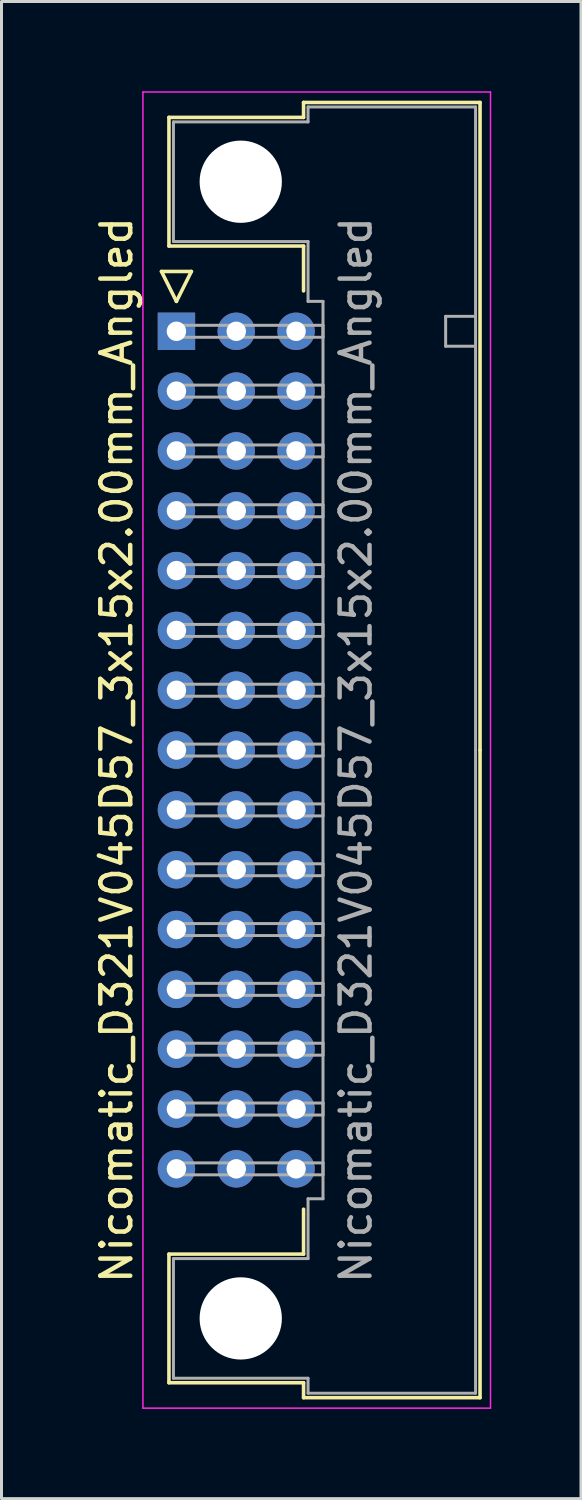
<source format=kicad_pcb>
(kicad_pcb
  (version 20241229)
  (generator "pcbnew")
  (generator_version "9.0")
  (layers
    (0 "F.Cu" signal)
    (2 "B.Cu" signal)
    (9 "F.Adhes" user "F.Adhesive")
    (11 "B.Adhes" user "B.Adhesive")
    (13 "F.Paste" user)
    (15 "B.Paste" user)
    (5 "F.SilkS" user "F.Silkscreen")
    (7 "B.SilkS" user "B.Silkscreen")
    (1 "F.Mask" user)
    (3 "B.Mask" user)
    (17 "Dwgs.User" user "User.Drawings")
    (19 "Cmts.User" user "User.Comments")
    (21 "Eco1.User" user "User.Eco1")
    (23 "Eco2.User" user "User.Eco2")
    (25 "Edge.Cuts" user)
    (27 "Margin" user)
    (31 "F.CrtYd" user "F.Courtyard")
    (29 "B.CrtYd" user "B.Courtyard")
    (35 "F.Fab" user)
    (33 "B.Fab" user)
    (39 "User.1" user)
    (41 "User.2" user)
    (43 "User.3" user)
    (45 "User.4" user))
  (footprint "Nicomatic_D321V045D57_3x15x2.00mm_Angled"
    (layer "F.Cu")
    (at 2.848 8.025)
    (property "Reference" "Nicomatic_D321V045D57_3x15x2.00mm_Angled" (at -2 14 90) (layer "F.SilkS") (effects (font (size 1 1) (thickness 0.15))))
    (attr through_hole)
    (fp_line (start -0.5 -2) (end 0 -1) (stroke (width 0.12) (type solid)) (layer "F.SilkS"))
    (fp_line (start -0.25 -7.15) (end -0.25 -2.85) (stroke (width 0.12) (type solid)) (layer "F.SilkS"))
    (fp_line (start -0.25 -2.85) (end 4.25 -2.85) (stroke (width 0.12) (type solid)) (layer "F.SilkS"))
    (fp_line (start -0.25 30.85) (end 4.25 30.85) (stroke (width 0.12) (type solid)) (layer "F.SilkS"))
    (fp_line (start -0.25 35.15) (end -0.25 30.85) (stroke (width 0.12) (type solid)) (layer "F.SilkS"))
    (fp_line (start 0 -1) (end 0.5 -2) (stroke (width 0.12) (type solid)) (layer "F.SilkS"))
    (fp_line (start 0.5 -2) (end -0.5 -2) (stroke (width 0.12) (type solid)) (layer "F.SilkS"))
    (fp_line (start 4.25 -7.65) (end 4.25 -7.15) (stroke (width 0.12) (type solid)) (layer "F.SilkS"))
    (fp_line (start 4.25 -7.15) (end -0.25 -7.15) (stroke (width 0.12) (type solid)) (layer "F.SilkS"))
    (fp_line (start 4.25 -2.85) (end 4.25 -1.35) (stroke (width 0.12) (type solid)) (layer "F.SilkS"))
    (fp_line (start 4.25 30.85) (end 4.25 29.35) (stroke (width 0.12) (type solid)) (layer "F.SilkS"))
    (fp_line (start 4.25 35.15) (end -0.25 35.15) (stroke (width 0.12) (type solid)) (layer "F.SilkS"))
    (fp_line (start 4.25 35.65) (end 4.25 35.15) (stroke (width 0.12) (type solid)) (layer "F.SilkS"))
    (fp_line (start 10.15 -7.65) (end 4.25 -7.65) (stroke (width 0.12) (type solid)) (layer "F.SilkS"))
    (fp_line (start 10.15 14) (end 10.15 -7.65) (stroke (width 0.12) (type solid)) (layer "F.SilkS"))
    (fp_line (start 10.15 14) (end 10.15 35.65) (stroke (width 0.12) (type solid)) (layer "F.SilkS"))
    (fp_line (start 10.15 35.65) (end 4.25 35.65) (stroke (width 0.12) (type solid)) (layer "F.SilkS"))
    (fp_line (start -1.12 -8) (end -1.12 36) (stroke (width 0.05) (type solid)) (layer "F.CrtYd"))
    (fp_line (start -1.12 36) (end 10.5 36) (stroke (width 0.05) (type solid)) (layer "F.CrtYd"))
    (fp_line (start 10.5 -8) (end -1.12 -8) (stroke (width 0.05) (type solid)) (layer "F.CrtYd"))
    (fp_line (start 10.5 36) (end 10.5 -8) (stroke (width 0.05) (type solid)) (layer "F.CrtYd"))
    (fp_line (start -0.1 -7) (end -0.1 -3) (stroke (width 0.1) (type solid)) (layer "F.Fab"))
    (fp_line (start -0.1 -3) (end 4.4 -3) (stroke (width 0.1) (type solid)) (layer "F.Fab"))
    (fp_line (start -0.1 31) (end 4.4 31) (stroke (width 0.1) (type solid)) (layer "F.Fab"))
    (fp_line (start -0.1 35) (end -0.1 31) (stroke (width 0.1) (type solid)) (layer "F.Fab"))
    (fp_line (start 0 -0.2) (end 0 0.2) (stroke (width 0.1) (type solid)) (layer "F.Fab"))
    (fp_line (start 0 0.2) (end 4.9 0.2) (stroke (width 0.1) (type solid)) (layer "F.Fab"))
    (fp_line (start 0 1.8) (end 0 2.2) (stroke (width 0.1) (type solid)) (layer "F.Fab"))
    (fp_line (start 0 2.2) (end 4.9 2.2) (stroke (width 0.1) (type solid)) (layer "F.Fab"))
    (fp_line (start 0 3.8) (end 0 4.2) (stroke (width 0.1) (type solid)) (layer "F.Fab"))
    (fp_line (start 0 4.2) (end 4.9 4.2) (stroke (width 0.1) (type solid)) (layer "F.Fab"))
    (fp_line (start 0 5.8) (end 0 6.2) (stroke (width 0.1) (type solid)) (layer "F.Fab"))
    (fp_line (start 0 6.2) (end 4.9 6.2) (stroke (width 0.1) (type solid)) (layer "F.Fab"))
    (fp_line (start 0 7.8) (end 0 8.2) (stroke (width 0.1) (type solid)) (layer "F.Fab"))
    (fp_line (start 0 8.2) (end 4.9 8.2) (stroke (width 0.1) (type solid)) (layer "F.Fab"))
    (fp_line (start 0 9.8) (end 0 10.2) (stroke (width 0.1) (type solid)) (layer "F.Fab"))
    (fp_line (start 0 10.2) (end 4.9 10.2) (stroke (width 0.1) (type solid)) (layer "F.Fab"))
    (fp_line (start 0 11.8) (end 0 12.2) (stroke (width 0.1) (type solid)) (layer "F.Fab"))
    (fp_line (start 0 12.2) (end 4.9 12.2) (stroke (width 0.1) (type solid)) (layer "F.Fab"))
    (fp_line (start 0 13.8) (end 0 14.2) (stroke (width 0.1) (type solid)) (layer "F.Fab"))
    (fp_line (start 0 14.2) (end 4.9 14.2) (stroke (width 0.1) (type solid)) (layer "F.Fab"))
    (fp_line (start 0 15.8) (end 0 16.2) (stroke (width 0.1) (type solid)) (layer "F.Fab"))
    (fp_line (start 0 16.2) (end 4.9 16.2) (stroke (width 0.1) (type solid)) (layer "F.Fab"))
    (fp_line (start 0 17.8) (end 0 18.2) (stroke (width 0.1) (type solid)) (layer "F.Fab"))
    (fp_line (start 0 18.2) (end 4.9 18.2) (stroke (width 0.1) (type solid)) (layer "F.Fab"))
    (fp_line (start 0 19.8) (end 0 20.2) (stroke (width 0.1) (type solid)) (layer "F.Fab"))
    (fp_line (start 0 20.2) (end 4.9 20.2) (stroke (width 0.1) (type solid)) (layer "F.Fab"))
    (fp_line (start 0 21.8) (end 0 22.2) (stroke (width 0.1) (type solid)) (layer "F.Fab"))
    (fp_line (start 0 22.2) (end 4.9 22.2) (stroke (width 0.1) (type solid)) (layer "F.Fab"))
    (fp_line (start 0 23.8) (end 0 24.2) (stroke (width 0.1) (type solid)) (layer "F.Fab"))
    (fp_line (start 0 24.2) (end 4.9 24.2) (stroke (width 0.1) (type solid)) (layer "F.Fab"))
    (fp_line (start 0 25.8) (end 0 26.2) (stroke (width 0.1) (type solid)) (layer "F.Fab"))
    (fp_line (start 0 26.2) (end 4.9 26.2) (stroke (width 0.1) (type solid)) (layer "F.Fab"))
    (fp_line (start 0 27.8) (end 0 28.2) (stroke (width 0.1) (type solid)) (layer "F.Fab"))
    (fp_line (start 0 28.2) (end 4.9 28.2) (stroke (width 0.1) (type solid)) (layer "F.Fab"))
    (fp_line (start 4.4 -7.5) (end 4.4 -7) (stroke (width 0.1) (type solid)) (layer "F.Fab"))
    (fp_line (start 4.4 -7) (end -0.1 -7) (stroke (width 0.1) (type solid)) (layer "F.Fab"))
    (fp_line (start 4.4 -3) (end 4.4 -1) (stroke (width 0.1) (type solid)) (layer "F.Fab"))
    (fp_line (start 4.4 -1) (end 4.9 -1) (stroke (width 0.1) (type solid)) (layer "F.Fab"))
    (fp_line (start 4.4 29) (end 4.9 29) (stroke (width 0.1) (type solid)) (layer "F.Fab"))
    (fp_line (start 4.4 31) (end 4.4 29) (stroke (width 0.1) (type solid)) (layer "F.Fab"))
    (fp_line (start 4.4 35) (end -0.1 35) (stroke (width 0.1) (type solid)) (layer "F.Fab"))
    (fp_line (start 4.4 35.5) (end 4.4 35) (stroke (width 0.1) (type solid)) (layer "F.Fab"))
    (fp_line (start 4.9 -1) (end 4.9 14) (stroke (width 0.1) (type solid)) (layer "F.Fab"))
    (fp_line (start 4.9 -0.2) (end 0 -0.2) (stroke (width 0.1) (type solid)) (layer "F.Fab"))
    (fp_line (start 4.9 0.2) (end 4.9 -0.2) (stroke (width 0.1) (type solid)) (layer "F.Fab"))
    (fp_line (start 4.9 1.8) (end 0 1.8) (stroke (width 0.1) (type solid)) (layer "F.Fab"))
    (fp_line (start 4.9 2.2) (end 4.9 1.8) (stroke (width 0.1) (type solid)) (layer "F.Fab"))
    (fp_line (start 4.9 3.8) (end 0 3.8) (stroke (width 0.1) (type solid)) (layer "F.Fab"))
    (fp_line (start 4.9 4.2) (end 4.9 3.8) (stroke (width 0.1) (type solid)) (layer "F.Fab"))
    (fp_line (start 4.9 5.8) (end 0 5.8) (stroke (width 0.1) (type solid)) (layer "F.Fab"))
    (fp_line (start 4.9 6.2) (end 4.9 5.8) (stroke (width 0.1) (type solid)) (layer "F.Fab"))
    (fp_line (start 4.9 7.8) (end 0 7.8) (stroke (width 0.1) (type solid)) (layer "F.Fab"))
    (fp_line (start 4.9 8.2) (end 4.9 7.8) (stroke (width 0.1) (type solid)) (layer "F.Fab"))
    (fp_line (start 4.9 9.8) (end 0 9.8) (stroke (width 0.1) (type solid)) (layer "F.Fab"))
    (fp_line (start 4.9 10.2) (end 4.9 9.8) (stroke (width 0.1) (type solid)) (layer "F.Fab"))
    (fp_line (start 4.9 11.8) (end 0 11.8) (stroke (width 0.1) (type solid)) (layer "F.Fab"))
    (fp_line (start 4.9 12.2) (end 4.9 11.8) (stroke (width 0.1) (type solid)) (layer "F.Fab"))
    (fp_line (start 4.9 13.8) (end 0 13.8) (stroke (width 0.1) (type solid)) (layer "F.Fab"))
    (fp_line (start 4.9 14.2) (end 4.9 13.8) (stroke (width 0.1) (type solid)) (layer "F.Fab"))
    (fp_line (start 4.9 15.8) (end 0 15.8) (stroke (width 0.1) (type solid)) (layer "F.Fab"))
    (fp_line (start 4.9 16.2) (end 4.9 15.8) (stroke (width 0.1) (type solid)) (layer "F.Fab"))
    (fp_line (start 4.9 17.8) (end 0 17.8) (stroke (width 0.1) (type solid)) (layer "F.Fab"))
    (fp_line (start 4.9 18.2) (end 4.9 17.8) (stroke (width 0.1) (type solid)) (layer "F.Fab"))
    (fp_line (start 4.9 19.8) (end 0 19.8) (stroke (width 0.1) (type solid)) (layer "F.Fab"))
    (fp_line (start 4.9 20.2) (end 4.9 19.8) (stroke (width 0.1) (type solid)) (layer "F.Fab"))
    (fp_line (start 4.9 21.8) (end 0 21.8) (stroke (width 0.1) (type solid)) (layer "F.Fab"))
    (fp_line (start 4.9 22.2) (end 4.9 21.8) (stroke (width 0.1) (type solid)) (layer "F.Fab"))
    (fp_line (start 4.9 23.8) (end 0 23.8) (stroke (width 0.1) (type solid)) (layer "F.Fab"))
    (fp_line (start 4.9 24.2) (end 4.9 23.8) (stroke (width 0.1) (type solid)) (layer "F.Fab"))
    (fp_line (start 4.9 25.8) (end 0 25.8) (stroke (width 0.1) (type solid)) (layer "F.Fab"))
    (fp_line (start 4.9 26.2) (end 4.9 25.8) (stroke (width 0.1) (type solid)) (layer "F.Fab"))
    (fp_line (start 4.9 27.8) (end 0 27.8) (stroke (width 0.1) (type solid)) (layer "F.Fab"))
    (fp_line (start 4.9 28.2) (end 4.9 27.8) (stroke (width 0.1) (type solid)) (layer "F.Fab"))
    (fp_line (start 4.9 29) (end 4.9 14) (stroke (width 0.1) (type solid)) (layer "F.Fab"))
    (fp_line (start 9 -0.5) (end 9 0.5) (stroke (width 0.1) (type solid)) (layer "F.Fab"))
    (fp_line (start 9 0.5) (end 10 0.5) (stroke (width 0.1) (type solid)) (layer "F.Fab"))
    (fp_line (start 10 -7.5) (end 4.4 -7.5) (stroke (width 0.1) (type solid)) (layer "F.Fab"))
    (fp_line (start 10 -0.5) (end 9 -0.5) (stroke (width 0.1) (type solid)) (layer "F.Fab"))
    (fp_line (start 10 14) (end 10 -7.5) (stroke (width 0.1) (type solid)) (layer "F.Fab"))
    (fp_line (start 10 14) (end 10 35.5) (stroke (width 0.1) (type solid)) (layer "F.Fab"))
    (fp_line (start 10 35.5) (end 4.4 35.5) (stroke (width 0.1) (type solid)) (layer "F.Fab"))
    (fp_text user "${REFERENCE}" (at 6 14 90) (layer "F.Fab") (effects (font (size 1 1) (thickness 0.15))))
    (pad "" np_thru_hole circle (at 2.15 -5) (size 2.75 2.75) (drill 2.75) (layers "*.Cu" "*.Mask"))
    (pad "" np_thru_hole circle (at 2.15 33) (size 2.75 2.75) (drill 2.75) (layers "*.Cu" "*.Mask"))
    (pad "1" thru_hole rect (at 0 0) (size 1.25 1.25) (drill 0.65) (layers "*.Cu" "*.Mask"))
    (pad "2" thru_hole oval (at 0 2) (size 1.25 1.25) (drill 0.65) (layers "*.Cu" "*.Mask"))
    (pad "3" thru_hole oval (at 0 4) (size 1.25 1.25) (drill 0.65) (layers "*.Cu" "*.Mask"))
    (pad "4" thru_hole oval (at 0 6) (size 1.25 1.25) (drill 0.65) (layers "*.Cu" "*.Mask"))
    (pad "5" thru_hole oval (at 0 8) (size 1.25 1.25) (drill 0.65) (layers "*.Cu" "*.Mask"))
    (pad "6" thru_hole oval (at 0 10) (size 1.25 1.25) (drill 0.65) (layers "*.Cu" "*.Mask"))
    (pad "7" thru_hole oval (at 0 12) (size 1.25 1.25) (drill 0.65) (layers "*.Cu" "*.Mask"))
    (pad "8" thru_hole oval (at 0 14) (size 1.25 1.25) (drill 0.65) (layers "*.Cu" "*.Mask"))
    (pad "9" thru_hole oval (at 0 16) (size 1.25 1.25) (drill 0.65) (layers "*.Cu" "*.Mask"))
    (pad "10" thru_hole oval (at 0 18) (size 1.25 1.25) (drill 0.65) (layers "*.Cu" "*.Mask"))
    (pad "11" thru_hole oval (at 0 20) (size 1.25 1.25) (drill 0.65) (layers "*.Cu" "*.Mask"))
    (pad "12" thru_hole oval (at 0 22) (size 1.25 1.25) (drill 0.65) (layers "*.Cu" "*.Mask"))
    (pad "13" thru_hole oval (at 0 24) (size 1.25 1.25) (drill 0.65) (layers "*.Cu" "*.Mask"))
    (pad "14" thru_hole oval (at 0 26) (size 1.25 1.25) (drill 0.65) (layers "*.Cu" "*.Mask"))
    (pad "15" thru_hole oval (at 0 28) (size 1.25 1.25) (drill 0.65) (layers "*.Cu" "*.Mask"))
    (pad "16" thru_hole oval (at 2 0) (size 1.25 1.25) (drill 0.65) (layers "*.Cu" "*.Mask"))
    (pad "17" thru_hole oval (at 2 2) (size 1.25 1.25) (drill 0.65) (layers "*.Cu" "*.Mask"))
    (pad "18" thru_hole oval (at 2 4) (size 1.25 1.25) (drill 0.65) (layers "*.Cu" "*.Mask"))
    (pad "19" thru_hole oval (at 2 6) (size 1.25 1.25) (drill 0.65) (layers "*.Cu" "*.Mask"))
    (pad "20" thru_hole oval (at 2 8) (size 1.25 1.25) (drill 0.65) (layers "*.Cu" "*.Mask"))
    (pad "21" thru_hole oval (at 2 10) (size 1.25 1.25) (drill 0.65) (layers "*.Cu" "*.Mask"))
    (pad "22" thru_hole oval (at 2 12) (size 1.25 1.25) (drill 0.65) (layers "*.Cu" "*.Mask"))
    (pad "23" thru_hole oval (at 2 14) (size 1.25 1.25) (drill 0.65) (layers "*.Cu" "*.Mask"))
    (pad "24" thru_hole oval (at 2 16) (size 1.25 1.25) (drill 0.65) (layers "*.Cu" "*.Mask"))
    (pad "25" thru_hole oval (at 2 18) (size 1.25 1.25) (drill 0.65) (layers "*.Cu" "*.Mask"))
    (pad "26" thru_hole oval (at 2 20) (size 1.25 1.25) (drill 0.65) (layers "*.Cu" "*.Mask"))
    (pad "27" thru_hole oval (at 2 22) (size 1.25 1.25) (drill 0.65) (layers "*.Cu" "*.Mask"))
    (pad "28" thru_hole oval (at 2 24) (size 1.25 1.25) (drill 0.65) (layers "*.Cu" "*.Mask"))
    (pad "29" thru_hole oval (at 2 26) (size 1.25 1.25) (drill 0.65) (layers "*.Cu" "*.Mask"))
    (pad "30" thru_hole oval (at 2 28) (size 1.25 1.25) (drill 0.65) (layers "*.Cu" "*.Mask"))
    (pad "31" thru_hole oval (at 4 0) (size 1.25 1.25) (drill 0.65) (layers "*.Cu" "*.Mask"))
    (pad "32" thru_hole oval (at 4 2) (size 1.25 1.25) (drill 0.65) (layers "*.Cu" "*.Mask"))
    (pad "33" thru_hole oval (at 4 4) (size 1.25 1.25) (drill 0.65) (layers "*.Cu" "*.Mask"))
    (pad "34" thru_hole oval (at 4 6) (size 1.25 1.25) (drill 0.65) (layers "*.Cu" "*.Mask"))
    (pad "35" thru_hole oval (at 4 8) (size 1.25 1.25) (drill 0.65) (layers "*.Cu" "*.Mask"))
    (pad "36" thru_hole oval (at 4 10) (size 1.25 1.25) (drill 0.65) (layers "*.Cu" "*.Mask"))
    (pad "37" thru_hole oval (at 4 12) (size 1.25 1.25) (drill 0.65) (layers "*.Cu" "*.Mask"))
    (pad "38" thru_hole oval (at 4 14) (size 1.25 1.25) (drill 0.65) (layers "*.Cu" "*.Mask"))
    (pad "39" thru_hole oval (at 4 16) (size 1.25 1.25) (drill 0.65) (layers "*.Cu" "*.Mask"))
    (pad "40" thru_hole oval (at 4 18) (size 1.25 1.25) (drill 0.65) (layers "*.Cu" "*.Mask"))
    (pad "41" thru_hole oval (at 4 20) (size 1.25 1.25) (drill 0.65) (layers "*.Cu" "*.Mask"))
    (pad "42" thru_hole oval (at 4 22) (size 1.25 1.25) (drill 0.65) (layers "*.Cu" "*.Mask"))
    (pad "43" thru_hole oval (at 4 24) (size 1.25 1.25) (drill 0.65) (layers "*.Cu" "*.Mask"))
    (pad "44" thru_hole oval (at 4 26) (size 1.25 1.25) (drill 0.65) (layers "*.Cu" "*.Mask"))
    (pad "45" thru_hole oval (at 4 28) (size 1.25 1.25) (drill 0.65) (layers "*.Cu" "*.Mask")))
  (gr_rect
    (start -3 -3)
    (end 16.373 47.05)
    (stroke (width 0.1) (type default))
    (fill no)
    (layer "Edge.Cuts")))
</source>
